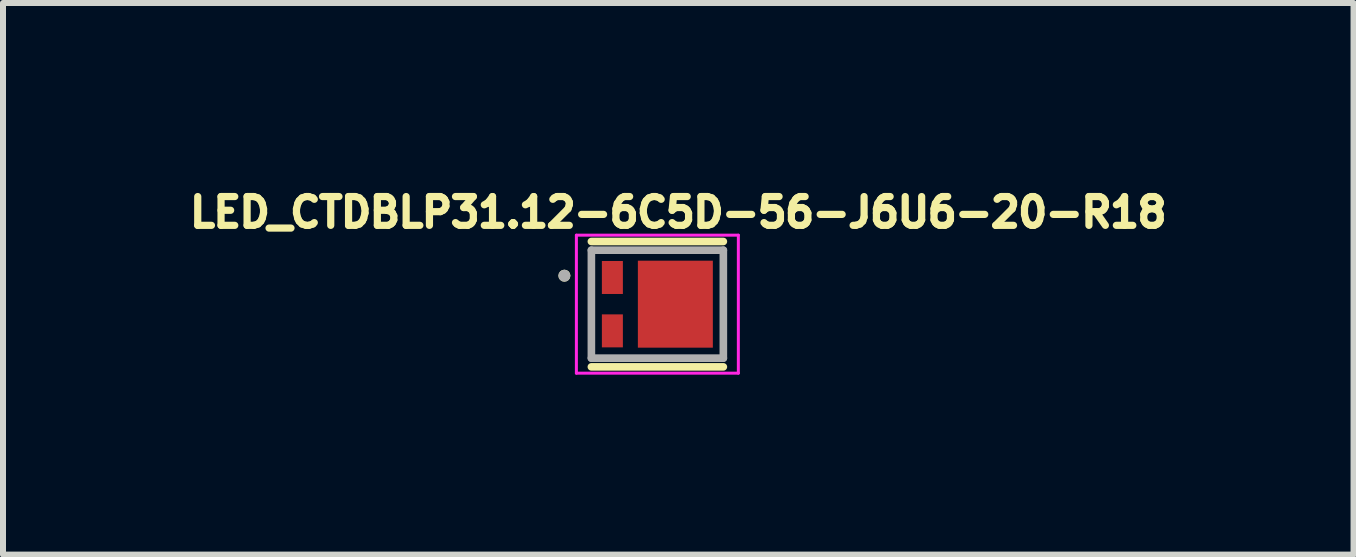
<source format=kicad_pcb>
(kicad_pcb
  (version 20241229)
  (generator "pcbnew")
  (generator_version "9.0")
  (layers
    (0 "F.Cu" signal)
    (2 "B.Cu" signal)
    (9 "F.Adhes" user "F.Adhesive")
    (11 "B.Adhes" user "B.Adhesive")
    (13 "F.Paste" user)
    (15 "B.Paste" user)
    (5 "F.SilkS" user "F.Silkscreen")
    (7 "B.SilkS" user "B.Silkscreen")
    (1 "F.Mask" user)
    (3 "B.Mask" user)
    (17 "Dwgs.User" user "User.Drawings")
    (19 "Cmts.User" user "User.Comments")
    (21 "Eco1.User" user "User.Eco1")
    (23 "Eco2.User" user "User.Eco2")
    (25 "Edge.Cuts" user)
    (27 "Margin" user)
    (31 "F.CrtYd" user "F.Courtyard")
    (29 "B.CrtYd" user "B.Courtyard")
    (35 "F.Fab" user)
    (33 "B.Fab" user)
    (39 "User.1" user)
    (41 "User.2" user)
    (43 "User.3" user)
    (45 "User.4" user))
  (footprint "LED_CTDBLP31.12-6C5D-56-J6U6-20-R18"
    (layer "F.Cu")
    (at 7.909 2.021)
    (property "Reference" "LED_CTDBLP31.12-6C5D-56-J6U6-20-R18" (at 0.349 -1.53 0) (layer "F.SilkS") (effects (font (size 0.48 0.48) (thickness 0.15))))
    (attr smd)
    (fp_poly (pts (xy -0.975 -0.77) (xy -0.525 -0.77) (xy -0.525 -0.12) (xy -0.975 -0.12)) (stroke (width 0.01) (type solid)) (fill yes) (layer "F.Mask"))
    (fp_poly (pts (xy -0.975 0.12) (xy -0.525 0.12) (xy -0.525 0.77) (xy -0.975 0.77)) (stroke (width 0.01) (type solid)) (fill yes) (layer "F.Mask"))
    (fp_poly (pts (xy -0.325 -0.725) (xy 0.925 -0.725) (xy 0.925 0.725) (xy -0.325 0.725)) (stroke (width 0.01) (type solid)) (fill yes) (layer "F.Mask"))
    (fp_line (start -1.1 -1.045) (end 1.1 -1.045) (stroke (width 0.127) (type solid)) (layer "F.SilkS"))
    (fp_line (start -1.1 1.045) (end 1.1 1.045) (stroke (width 0.127) (type solid)) (layer "F.SilkS"))
    (fp_circle (center -1.55 -0.475) (end -1.5 -0.475) (stroke (width 0.1) (type solid)) (fill no) (layer "F.SilkS"))
    (fp_poly (pts (xy -0.875 -0.67) (xy -0.625 -0.67) (xy -0.625 -0.22) (xy -0.875 -0.22)) (stroke (width 0.01) (type solid)) (fill yes) (layer "F.Paste"))
    (fp_poly (pts (xy -0.875 0.22) (xy -0.625 0.22) (xy -0.625 0.67) (xy -0.875 0.67)) (stroke (width 0.01) (type solid)) (fill yes) (layer "F.Paste"))
    (fp_poly (pts (xy -0.275 -0.675) (xy 0.875 -0.675) (xy 0.875 -0.125) (xy -0.275 -0.125)) (stroke (width 0.01) (type solid)) (fill yes) (layer "F.Paste"))
    (fp_poly (pts (xy -0.275 0.125) (xy 0.875 0.125) (xy 0.875 0.675) (xy -0.275 0.675)) (stroke (width 0.01) (type solid)) (fill yes) (layer "F.Paste"))
    (fp_line (start -1.35 -1.15) (end -1.35 1.15) (stroke (width 0.05) (type solid)) (layer "F.CrtYd"))
    (fp_line (start -1.35 1.15) (end 1.35 1.15) (stroke (width 0.05) (type solid)) (layer "F.CrtYd"))
    (fp_line (start 1.35 -1.15) (end -1.35 -1.15) (stroke (width 0.05) (type solid)) (layer "F.CrtYd"))
    (fp_line (start 1.35 1.15) (end 1.35 -1.15) (stroke (width 0.05) (type solid)) (layer "F.CrtYd"))
    (fp_line (start -1.1 -0.9) (end 1.1 -0.9) (stroke (width 0.127) (type solid)) (layer "F.Fab"))
    (fp_line (start -1.1 0.9) (end -1.1 -0.9) (stroke (width 0.127) (type solid)) (layer "F.Fab"))
    (fp_line (start 1.1 -0.9) (end 1.1 0.9) (stroke (width 0.127) (type solid)) (layer "F.Fab"))
    (fp_line (start 1.1 0.9) (end -1.1 0.9) (stroke (width 0.127) (type solid)) (layer "F.Fab"))
    (fp_circle (center -1.55 -0.475) (end -1.5 -0.475) (stroke (width 0.1) (type solid)) (fill no) (layer "F.Fab"))
    (pad "A" smd rect (at -0.75 0.445) (size 0.35 0.55) (layers "F.Cu"))
    (pad "C1" smd rect (at -0.75 -0.445) (size 0.35 0.55) (layers "F.Cu"))
    (pad "C2" smd rect (at 0.3 0) (size 1.25 1.45) (layers "F.Cu")))
  (gr_rect
    (start -3 -3)
    (end 19.515 6.196)
    (stroke (width 0.1) (type default))
    (fill no)
    (layer "Edge.Cuts")))
</source>
